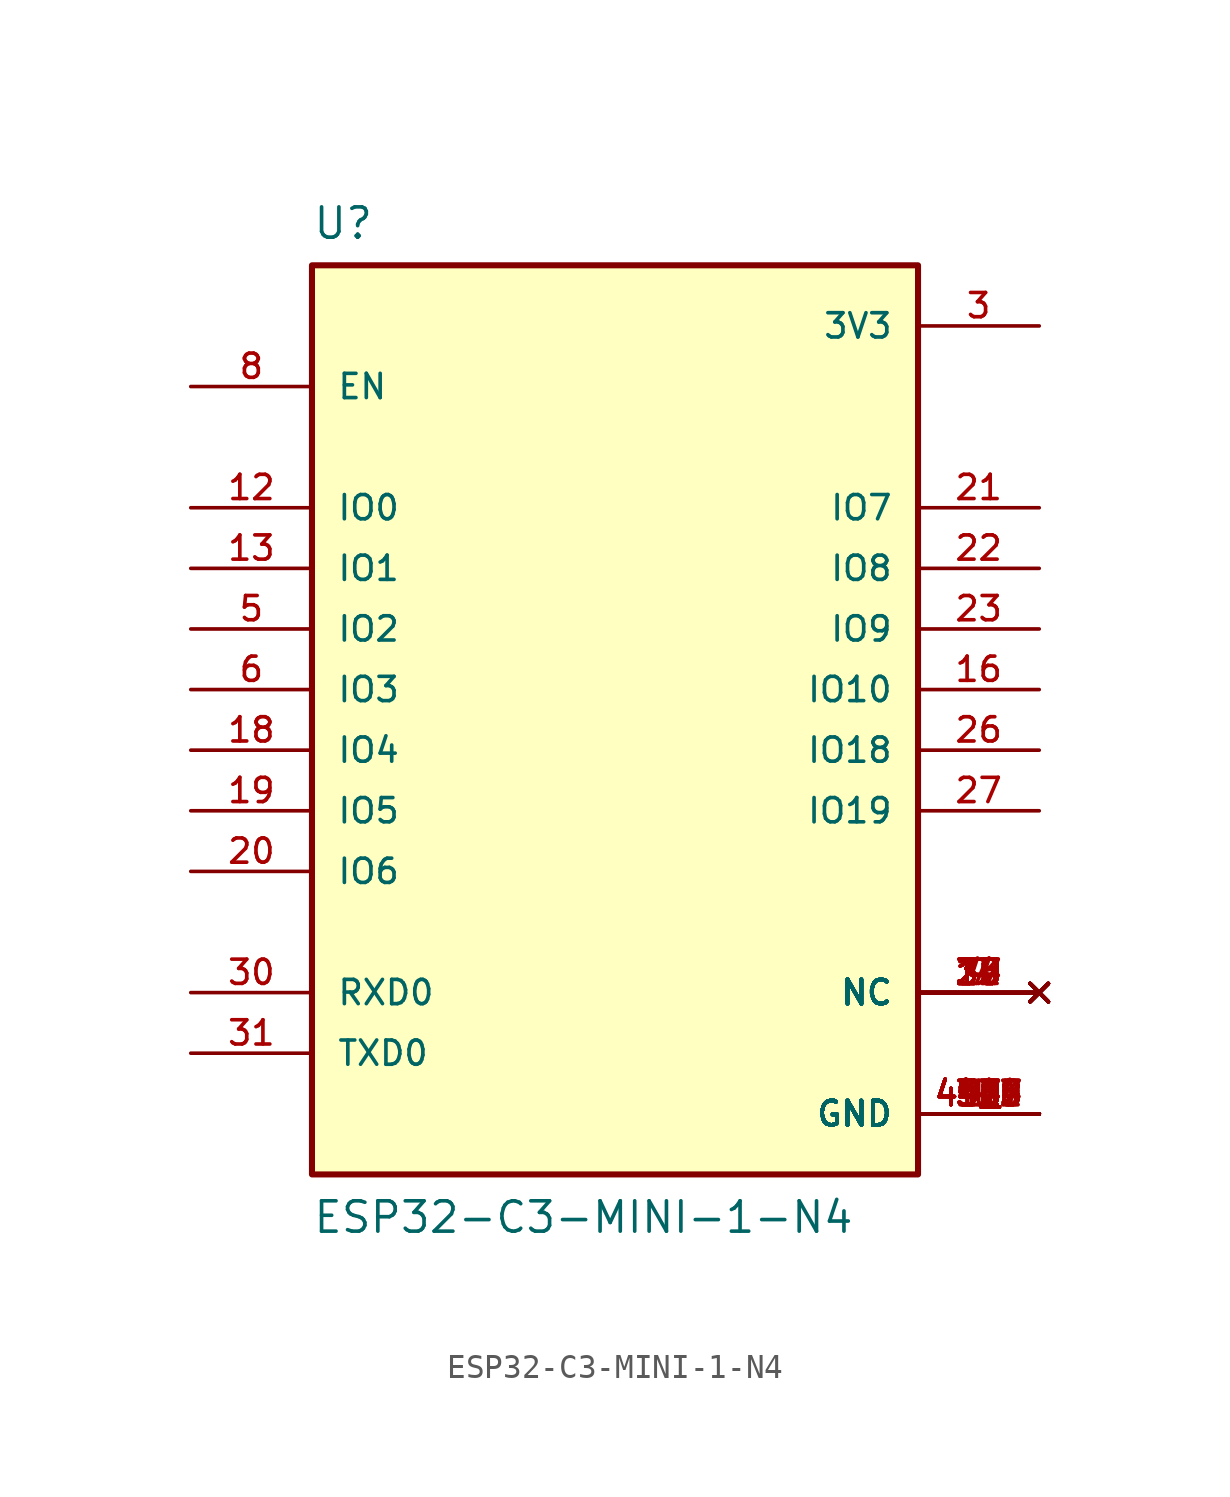
<source format=kicad_sym>
(kicad_symbol_lib
  (version 20220914)
  (generator kicad_symbol_editor)
  (symbol "ESP32-C3-MINI-1-N4"
    (pin_names
      (offset 1.016))
    (property "Reference" "U"
      (at -12.7 18.796 0)
      (effects (font (size 1.27 1.27)) (justify left bottom)))
    (property "Value" "ESP32-C3-MINI-1-N4"
      (at -12.7 -22.86 0)
      (effects (font (size 1.27 1.27)) (justify left bottom)))
    (symbol "ESP32-C3-MINI-1-N4_0_0"
      (rectangle (start -12.7 -20.32) (end 12.7 17.78) (stroke (width 0.254) (type default)) (fill (type background)))
      (pin power_in line (at 17.78 -17.78 180) (length 5.08) (name "GND" (effects (font (size 1.016 1.016)))) (number "1" (effects (font (size 1.016 1.016)))))
      (pin no_connect line (at 17.78 -12.7 180) (length 5.08) (name "NC" (effects (font (size 1.016 1.016)))) (number "10" (effects (font (size 1.016 1.016)))))
      (pin power_in line (at 17.78 -17.78 180) (length 5.08) (name "GND" (effects (font (size 1.016 1.016)))) (number "11" (effects (font (size 1.016 1.016)))))
      (pin bidirectional line (at -17.78 7.62 0) (length 5.08) (name "IO0" (effects (font (size 1.016 1.016)))) (number "12" (effects (font (size 1.016 1.016)))))
      (pin bidirectional line (at -17.78 5.08 0) (length 5.08) (name "IO1" (effects (font (size 1.016 1.016)))) (number "13" (effects (font (size 1.016 1.016)))))
      (pin power_in line (at 17.78 -17.78 180) (length 5.08) (name "GND" (effects (font (size 1.016 1.016)))) (number "14" (effects (font (size 1.016 1.016)))))
      (pin no_connect line (at 17.78 -12.7 180) (length 5.08) (name "NC" (effects (font (size 1.016 1.016)))) (number "15" (effects (font (size 1.016 1.016)))))
      (pin bidirectional line (at 17.78 0 180) (length 5.08) (name "IO10" (effects (font (size 1.016 1.016)))) (number "16" (effects (font (size 1.016 1.016)))))
      (pin no_connect line (at 17.78 -12.7 180) (length 5.08) (name "NC" (effects (font (size 1.016 1.016)))) (number "17" (effects (font (size 1.016 1.016)))))
      (pin bidirectional line (at -17.78 -2.54 0) (length 5.08) (name "IO4" (effects (font (size 1.016 1.016)))) (number "18" (effects (font (size 1.016 1.016)))))
      (pin bidirectional line (at -17.78 -5.08 0) (length 5.08) (name "IO5" (effects (font (size 1.016 1.016)))) (number "19" (effects (font (size 1.016 1.016)))))
      (pin power_in line (at 17.78 -17.78 180) (length 5.08) (name "GND" (effects (font (size 1.016 1.016)))) (number "2" (effects (font (size 1.016 1.016)))))
      (pin bidirectional line (at -17.78 -7.62 0) (length 5.08) (name "IO6" (effects (font (size 1.016 1.016)))) (number "20" (effects (font (size 1.016 1.016)))))
      (pin bidirectional line (at 17.78 7.62 180) (length 5.08) (name "IO7" (effects (font (size 1.016 1.016)))) (number "21" (effects (font (size 1.016 1.016)))))
      (pin bidirectional line (at 17.78 5.08 180) (length 5.08) (name "IO8" (effects (font (size 1.016 1.016)))) (number "22" (effects (font (size 1.016 1.016)))))
      (pin bidirectional line (at 17.78 2.54 180) (length 5.08) (name "IO9" (effects (font (size 1.016 1.016)))) (number "23" (effects (font (size 1.016 1.016)))))
      (pin no_connect line (at 17.78 -12.7 180) (length 5.08) (name "NC" (effects (font (size 1.016 1.016)))) (number "24" (effects (font (size 1.016 1.016)))))
      (pin no_connect line (at 17.78 -12.7 180) (length 5.08) (name "NC" (effects (font (size 1.016 1.016)))) (number "25" (effects (font (size 1.016 1.016)))))
      (pin bidirectional line (at 17.78 -2.54 180) (length 5.08) (name "IO18" (effects (font (size 1.016 1.016)))) (number "26" (effects (font (size 1.016 1.016)))))
      (pin bidirectional line (at 17.78 -5.08 180) (length 5.08) (name "IO19" (effects (font (size 1.016 1.016)))) (number "27" (effects (font (size 1.016 1.016)))))
      (pin no_connect line (at 17.78 -12.7 180) (length 5.08) (name "NC" (effects (font (size 1.016 1.016)))) (number "28" (effects (font (size 1.016 1.016)))))
      (pin no_connect line (at 17.78 -12.7 180) (length 5.08) (name "NC" (effects (font (size 1.016 1.016)))) (number "29" (effects (font (size 1.016 1.016)))))
      (pin power_in line (at 17.78 15.24 180) (length 5.08) (name "3V3" (effects (font (size 1.016 1.016)))) (number "3" (effects (font (size 1.016 1.016)))))
      (pin bidirectional line (at -17.78 -12.7 0) (length 5.08) (name "RXD0" (effects (font (size 1.016 1.016)))) (number "30" (effects (font (size 1.016 1.016)))))
      (pin bidirectional line (at -17.78 -15.24 0) (length 5.08) (name "TXD0" (effects (font (size 1.016 1.016)))) (number "31" (effects (font (size 1.016 1.016)))))
      (pin no_connect line (at 17.78 -12.7 180) (length 5.08) (name "NC" (effects (font (size 1.016 1.016)))) (number "32" (effects (font (size 1.016 1.016)))))
      (pin no_connect line (at 17.78 -12.7 180) (length 5.08) (name "NC" (effects (font (size 1.016 1.016)))) (number "33" (effects (font (size 1.016 1.016)))))
      (pin no_connect line (at 17.78 -12.7 180) (length 5.08) (name "NC" (effects (font (size 1.016 1.016)))) (number "34" (effects (font (size 1.016 1.016)))))
      (pin no_connect line (at 17.78 -12.7 180) (length 5.08) (name "NC" (effects (font (size 1.016 1.016)))) (number "35" (effects (font (size 1.016 1.016)))))
      (pin power_in line (at 17.78 -17.78 180) (length 5.08) (name "GND" (effects (font (size 1.016 1.016)))) (number "36" (effects (font (size 1.016 1.016)))))
      (pin power_in line (at 17.78 -17.78 180) (length 5.08) (name "GND" (effects (font (size 1.016 1.016)))) (number "37" (effects (font (size 1.016 1.016)))))
      (pin power_in line (at 17.78 -17.78 180) (length 5.08) (name "GND" (effects (font (size 1.016 1.016)))) (number "38" (effects (font (size 1.016 1.016)))))
      (pin power_in line (at 17.78 -17.78 180) (length 5.08) (name "GND" (effects (font (size 1.016 1.016)))) (number "39" (effects (font (size 1.016 1.016)))))
      (pin no_connect line (at 17.78 -12.7 180) (length 5.08) (name "NC" (effects (font (size 1.016 1.016)))) (number "4" (effects (font (size 1.016 1.016)))))
      (pin power_in line (at 17.78 -17.78 180) (length 5.08) (name "GND" (effects (font (size 1.016 1.016)))) (number "40" (effects (font (size 1.016 1.016)))))
      (pin power_in line (at 17.78 -17.78 180) (length 5.08) (name "GND" (effects (font (size 1.016 1.016)))) (number "41" (effects (font (size 1.016 1.016)))))
      (pin power_in line (at 17.78 -17.78 180) (length 5.08) (name "GND" (effects (font (size 1.016 1.016)))) (number "42" (effects (font (size 1.016 1.016)))))
      (pin power_in line (at 17.78 -17.78 180) (length 5.08) (name "GND" (effects (font (size 1.016 1.016)))) (number "43" (effects (font (size 1.016 1.016)))))
      (pin power_in line (at 17.78 -17.78 180) (length 5.08) (name "GND" (effects (font (size 1.016 1.016)))) (number "44" (effects (font (size 1.016 1.016)))))
      (pin power_in line (at 17.78 -17.78 180) (length 5.08) (name "GND" (effects (font (size 1.016 1.016)))) (number "45" (effects (font (size 1.016 1.016)))))
      (pin power_in line (at 17.78 -17.78 180) (length 5.08) (name "GND" (effects (font (size 1.016 1.016)))) (number "46" (effects (font (size 1.016 1.016)))))
      (pin power_in line (at 17.78 -17.78 180) (length 5.08) (name "GND" (effects (font (size 1.016 1.016)))) (number "47" (effects (font (size 1.016 1.016)))))
      (pin power_in line (at 17.78 -17.78 180) (length 5.08) (name "GND" (effects (font (size 1.016 1.016)))) (number "48" (effects (font (size 1.016 1.016)))))
      (pin power_in line (at 17.78 -17.78 180) (length 5.08) (name "GND" (effects (font (size 1.016 1.016)))) (number "49_1" (effects (font (size 1.016 1.016)))))
      (pin power_in line (at 17.78 -17.78 180) (length 5.08) (name "GND" (effects (font (size 1.016 1.016)))) (number "49_2" (effects (font (size 1.016 1.016)))))
      (pin power_in line (at 17.78 -17.78 180) (length 5.08) (name "GND" (effects (font (size 1.016 1.016)))) (number "49_3" (effects (font (size 1.016 1.016)))))
      (pin power_in line (at 17.78 -17.78 180) (length 5.08) (name "GND" (effects (font (size 1.016 1.016)))) (number "49_4" (effects (font (size 1.016 1.016)))))
      (pin power_in line (at 17.78 -17.78 180) (length 5.08) (name "GND" (effects (font (size 1.016 1.016)))) (number "49_5" (effects (font (size 1.016 1.016)))))
      (pin power_in line (at 17.78 -17.78 180) (length 5.08) (name "GND" (effects (font (size 1.016 1.016)))) (number "49_6" (effects (font (size 1.016 1.016)))))
      (pin power_in line (at 17.78 -17.78 180) (length 5.08) (name "GND" (effects (font (size 1.016 1.016)))) (number "49_7" (effects (font (size 1.016 1.016)))))
      (pin power_in line (at 17.78 -17.78 180) (length 5.08) (name "GND" (effects (font (size 1.016 1.016)))) (number "49_8" (effects (font (size 1.016 1.016)))))
      (pin power_in line (at 17.78 -17.78 180) (length 5.08) (name "GND" (effects (font (size 1.016 1.016)))) (number "49_9" (effects (font (size 1.016 1.016)))))
      (pin bidirectional line (at -17.78 2.54 0) (length 5.08) (name "IO2" (effects (font (size 1.016 1.016)))) (number "5" (effects (font (size 1.016 1.016)))))
      (pin power_in line (at 17.78 -17.78 180) (length 5.08) (name "GND" (effects (font (size 1.016 1.016)))) (number "50" (effects (font (size 1.016 1.016)))))
      (pin power_in line (at 17.78 -17.78 180) (length 5.08) (name "GND" (effects (font (size 1.016 1.016)))) (number "51" (effects (font (size 1.016 1.016)))))
      (pin power_in line (at 17.78 -17.78 180) (length 5.08) (name "GND" (effects (font (size 1.016 1.016)))) (number "52" (effects (font (size 1.016 1.016)))))
      (pin power_in line (at 17.78 -17.78 180) (length 5.08) (name "GND" (effects (font (size 1.016 1.016)))) (number "53" (effects (font (size 1.016 1.016)))))
      (pin bidirectional line (at -17.78 0 0) (length 5.08) (name "IO3" (effects (font (size 1.016 1.016)))) (number "6" (effects (font (size 1.016 1.016)))))
      (pin no_connect line (at 17.78 -12.7 180) (length 5.08) (name "NC" (effects (font (size 1.016 1.016)))) (number "7" (effects (font (size 1.016 1.016)))))
      (pin input line (at -17.78 12.7 0) (length 5.08) (name "EN" (effects (font (size 1.016 1.016)))) (number "8" (effects (font (size 1.016 1.016)))))
      (pin no_connect line (at 17.78 -12.7 180) (length 5.08) (name "NC" (effects (font (size 1.016 1.016)))) (number "9" (effects (font (size 1.016 1.016))))))))
</source>
